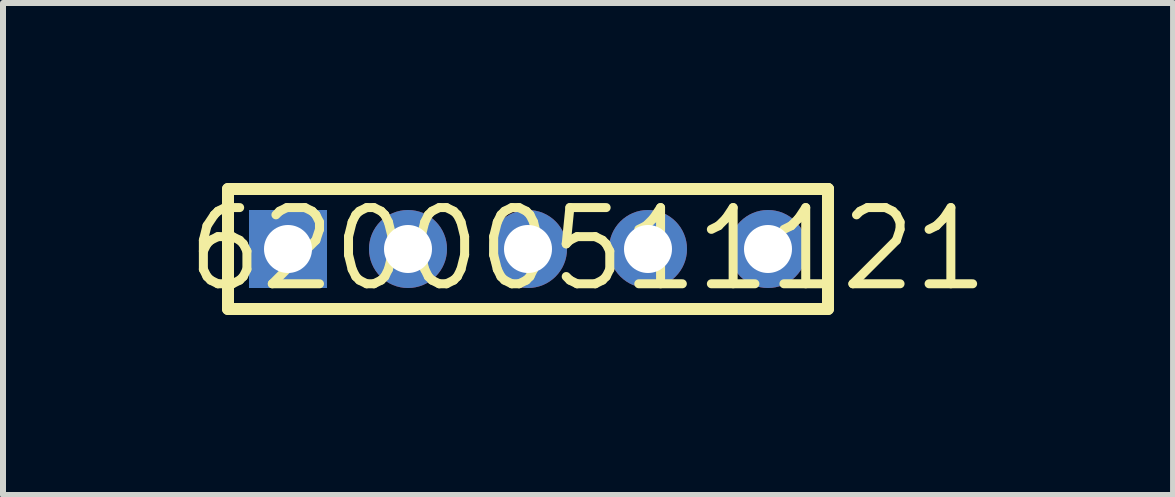
<source format=kicad_pcb>
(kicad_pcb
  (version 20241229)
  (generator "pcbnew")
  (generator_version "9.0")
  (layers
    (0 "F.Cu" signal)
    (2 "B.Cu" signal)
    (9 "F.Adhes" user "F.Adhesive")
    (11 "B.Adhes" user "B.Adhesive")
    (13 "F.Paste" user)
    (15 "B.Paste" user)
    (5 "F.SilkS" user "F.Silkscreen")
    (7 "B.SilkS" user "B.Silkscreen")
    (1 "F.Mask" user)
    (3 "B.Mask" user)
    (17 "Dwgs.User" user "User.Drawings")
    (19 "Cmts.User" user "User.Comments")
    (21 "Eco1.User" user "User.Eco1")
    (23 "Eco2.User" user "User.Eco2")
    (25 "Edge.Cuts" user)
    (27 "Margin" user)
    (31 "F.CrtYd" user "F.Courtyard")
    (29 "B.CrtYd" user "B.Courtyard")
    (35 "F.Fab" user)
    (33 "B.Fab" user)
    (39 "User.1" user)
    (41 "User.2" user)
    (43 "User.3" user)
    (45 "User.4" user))
  (footprint "62000511121"
    (layer "F.Cu")
    (at 6.75 1.1)
    (property "Reference" "62000511121" (at 0 0 0) (layer "F.SilkS") (effects (font (size 1.27 1.27) (thickness 0.15))))
    (fp_line (start -6 1) (end -6 -1) (stroke (width 0.2) (type solid)) (layer "F.SilkS"))
    (fp_line (start 4 -1) (end 4 -1) (stroke (width 0.2) (type solid)) (layer "F.SilkS"))
    (fp_line (start 4 1) (end -6 1) (stroke (width 0.2) (type solid)) (layer "F.SilkS"))
    (fp_line (start 4 1) (end 4 -1) (stroke (width 0.2) (type solid)) (layer "F.SilkS"))
    (fp_line (start 4 -1) (end -6 -1) (stroke (width 0.2) (type solid)) (layer "F.SilkS"))
    (pad "1" thru_hole rect (at -5 0) (size 1.3 1.3) (drill 0.8) (layers "*.Cu" "*.Mask"))
    (pad "2" thru_hole circle (at -3 0) (size 1.3 1.3) (drill 0.8) (layers "*.Cu" "*.Mask"))
    (pad "3" thru_hole circle (at -1 0) (size 1.3 1.3) (drill 0.8) (layers "*.Cu" "*.Mask"))
    (pad "4" thru_hole circle (at 1 0) (size 1.3 1.3) (drill 0.8) (layers "*.Cu" "*.Mask"))
    (pad "5" thru_hole circle (at 3 0) (size 1.3 1.3) (drill 0.8) (layers "*.Cu" "*.Mask")))
  (gr_rect
    (start -3 -3)
    (end 16.501 5.2)
    (stroke (width 0.1) (type default))
    (fill no)
    (layer "Edge.Cuts")))
</source>
